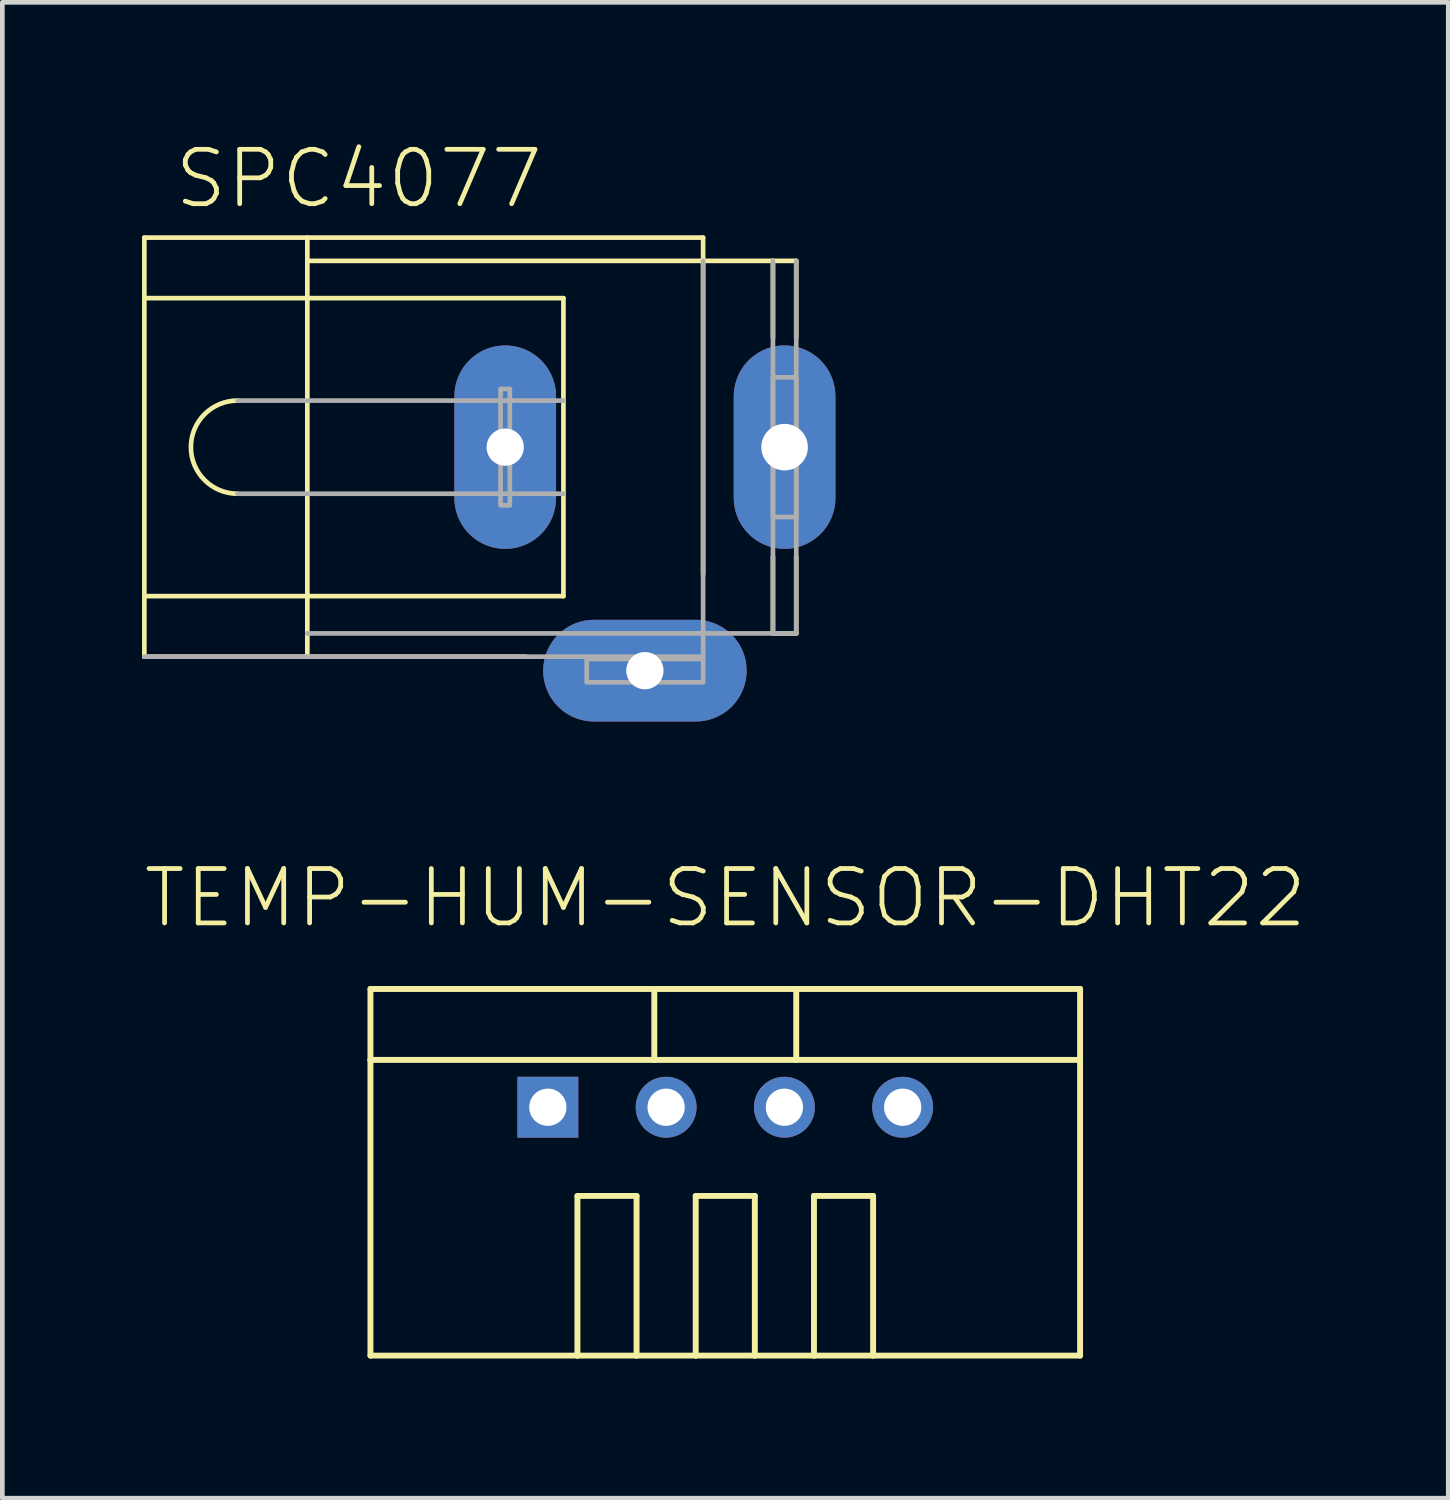
<source format=kicad_pcb>
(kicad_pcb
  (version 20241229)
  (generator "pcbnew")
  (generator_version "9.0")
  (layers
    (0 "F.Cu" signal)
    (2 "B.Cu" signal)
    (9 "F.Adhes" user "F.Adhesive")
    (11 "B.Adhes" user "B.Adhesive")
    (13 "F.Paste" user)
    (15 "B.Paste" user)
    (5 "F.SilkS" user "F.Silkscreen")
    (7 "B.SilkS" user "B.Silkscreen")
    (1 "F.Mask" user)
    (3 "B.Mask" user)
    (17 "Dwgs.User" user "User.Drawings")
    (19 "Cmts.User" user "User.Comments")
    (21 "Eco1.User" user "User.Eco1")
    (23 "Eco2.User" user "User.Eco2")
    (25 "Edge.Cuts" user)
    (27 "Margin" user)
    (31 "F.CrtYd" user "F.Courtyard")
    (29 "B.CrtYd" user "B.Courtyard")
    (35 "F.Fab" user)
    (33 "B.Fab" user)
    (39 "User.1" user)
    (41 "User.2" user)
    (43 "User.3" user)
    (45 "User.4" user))
  (footprint "SPC4077"
    (layer "F.Cu")
    (at 10.8 6.553)
    (property "Reference" "SPC4077" (at -10.16 -5.08 0) (layer "F.SilkS") (effects (font (size 1.168 1.168) (thickness 0.102)) (justify left bottom)))
    (fp_line (start -10.75 -4.5) (end 1.25 -4.5) (stroke (width 0.1) (type solid)) (layer "F.SilkS"))
    (fp_line (start -10.75 -3.2) (end -10.75 -4.5) (stroke (width 0.1) (type solid)) (layer "F.SilkS"))
    (fp_line (start -10.75 -3.2) (end -1.75 -3.2) (stroke (width 0.1) (type solid)) (layer "F.SilkS"))
    (fp_line (start -10.75 3.2) (end -10.75 -3.2) (stroke (width 0.1) (type solid)) (layer "F.SilkS"))
    (fp_line (start -10.75 3.2) (end -1.75 3.2) (stroke (width 0.1) (type solid)) (layer "F.SilkS"))
    (fp_line (start -10.75 4.5) (end -10.75 3.2) (stroke (width 0.1) (type solid)) (layer "F.SilkS"))
    (fp_line (start -10.75 4.5) (end -2.56 4.5) (stroke (width 0.1) (type solid)) (layer "F.SilkS"))
    (fp_line (start -7.25 -4) (end -7.25 -4.5) (stroke (width 0.1) (type solid)) (layer "F.SilkS"))
    (fp_line (start -7.25 -4) (end 1.25 -4) (stroke (width 0.1) (type solid)) (layer "F.SilkS"))
    (fp_line (start -7.25 4.5) (end -7.25 -4) (stroke (width 0.1) (type solid)) (layer "F.SilkS"))
    (fp_line (start -1.75 -1) (end -1.75 -3.2) (stroke (width 0.1) (type solid)) (layer "F.SilkS"))
    (fp_line (start -1.75 1) (end -1.75 -1) (stroke (width 0.1) (type solid)) (layer "F.SilkS"))
    (fp_line (start -1.75 3.2) (end -1.75 1) (stroke (width 0.1) (type solid)) (layer "F.SilkS"))
    (fp_line (start 1.25 -4) (end 1.25 -4.5) (stroke (width 0.1) (type solid)) (layer "F.SilkS"))
    (fp_line (start 1.25 -4) (end 2.75 -4) (stroke (width 0.1) (type solid)) (layer "F.SilkS"))
    (fp_line (start 1.25 2.73) (end 1.25 -4) (stroke (width 0.1) (type solid)) (layer "F.SilkS"))
    (fp_line (start 2.75 -4) (end 3.25 -4) (stroke (width 0.1) (type solid)) (layer "F.SilkS"))
    (fp_line (start 2.75 -2.35) (end 2.75 -4) (stroke (width 0.1) (type solid)) (layer "F.SilkS"))
    (fp_line (start 2.75 4) (end 2.75 2.35) (stroke (width 0.1) (type solid)) (layer "F.SilkS"))
    (fp_line (start 2.75 4) (end 3.25 4) (stroke (width 0.1) (type solid)) (layer "F.SilkS"))
    (fp_line (start 3.25 -2.35) (end 3.25 -4) (stroke (width 0.1) (type solid)) (layer "F.SilkS"))
    (fp_line (start 3.25 4) (end 3.25 2.35) (stroke (width 0.1) (type solid)) (layer "F.SilkS"))
    (fp_arc (start -8.75 1) (mid -9.75 0) (end -8.75 -1) (stroke (width 0.1) (type solid)) (layer "F.SilkS"))
    (fp_line (start -10.75 4.5) (end 1.25 4.5) (stroke (width 0.1) (type solid)) (layer "F.Fab"))
    (fp_line (start -8.75 -1) (end -1.75 -1) (stroke (width 0.1) (type solid)) (layer "F.Fab"))
    (fp_line (start -8.75 1) (end -1.75 1) (stroke (width 0.1) (type solid)) (layer "F.Fab"))
    (fp_line (start -7.25 4) (end 1.25 4) (stroke (width 0.1) (type solid)) (layer "F.Fab"))
    (fp_line (start 1.25 4) (end 1.25 -4) (stroke (width 0.1) (type solid)) (layer "F.Fab"))
    (fp_line (start 1.25 4) (end 2.75 4) (stroke (width 0.1) (type solid)) (layer "F.Fab"))
    (fp_line (start 1.25 4.5) (end 1.25 4) (stroke (width 0.1) (type solid)) (layer "F.Fab"))
    (fp_line (start 2.75 4) (end 2.75 -4) (stroke (width 0.1) (type solid)) (layer "F.Fab"))
    (fp_line (start 2.75 4) (end 3.25 4) (stroke (width 0.1) (type solid)) (layer "F.Fab"))
    (fp_line (start 3.25 4) (end 3.25 -4) (stroke (width 0.1) (type solid)) (layer "F.Fab"))
    (fp_poly (pts (xy -3.1 1.25) (xy -2.9 1.25) (xy -2.9 -1.25) (xy -3.1 -1.25)) (stroke (width 0.1) (type default)) (fill no) (layer "F.Fab"))
    (fp_poly (pts (xy -1.25 5.05) (xy 1.25 5.05) (xy 1.25 4.55) (xy -1.25 4.55)) (stroke (width 0.1) (type default)) (fill no) (layer "F.Fab"))
    (fp_poly (pts (xy 2.75 1.5) (xy 3.25 1.5) (xy 3.25 -1.5) (xy 2.75 -1.5)) (stroke (width 0.1) (type default)) (fill no) (layer "F.Fab"))
    (pad "1" thru_hole oval (at -3 0 90) (size 4.369 2.184) (drill 0.8) (layers "*.Cu" "*.Mask"))
    (pad "2" thru_hole oval (at 0 4.8) (size 4.369 2.184) (drill 0.8) (layers "*.Cu" "*.Mask"))
    (pad "3" thru_hole oval (at 3 0 90) (size 4.369 2.184) (drill 1) (layers "*.Cu" "*.Mask")))
  (footprint "TEMP-HUM-SENSOR-DHT22"
    (layer "F.Cu")
    (at 12.526 20.729)
    (property "Reference" "TEMP-HUM-SENSOR-DHT22" (at 0 -3.81 0) (layer "F.SilkS") (effects (font (size 1.168 1.168) (thickness 0.102)) (justify bottom)))
    (fp_line (start -7.62 -2.54) (end -1.524 -2.54) (stroke (width 0.127) (type solid)) (layer "F.SilkS"))
    (fp_line (start -7.62 -1.016) (end -7.62 -2.54) (stroke (width 0.127) (type solid)) (layer "F.SilkS"))
    (fp_line (start -7.62 -1.016) (end -1.524 -1.016) (stroke (width 0.127) (type solid)) (layer "F.SilkS"))
    (fp_line (start -7.62 5.334) (end -7.62 -1.016) (stroke (width 0.127) (type solid)) (layer "F.SilkS"))
    (fp_line (start -3.175 1.905) (end -1.905 1.905) (stroke (width 0.127) (type solid)) (layer "F.SilkS"))
    (fp_line (start -3.175 5.334) (end -7.62 5.334) (stroke (width 0.127) (type solid)) (layer "F.SilkS"))
    (fp_line (start -3.175 5.334) (end -3.175 1.905) (stroke (width 0.127) (type solid)) (layer "F.SilkS"))
    (fp_line (start -1.905 1.905) (end -1.905 5.334) (stroke (width 0.127) (type solid)) (layer "F.SilkS"))
    (fp_line (start -1.905 5.334) (end -3.175 5.334) (stroke (width 0.127) (type solid)) (layer "F.SilkS"))
    (fp_line (start -1.524 -2.54) (end 1.524 -2.54) (stroke (width 0.127) (type solid)) (layer "F.SilkS"))
    (fp_line (start -1.524 -1.016) (end -1.524 -2.54) (stroke (width 0.127) (type solid)) (layer "F.SilkS"))
    (fp_line (start -1.524 -1.016) (end 1.524 -1.016) (stroke (width 0.127) (type solid)) (layer "F.SilkS"))
    (fp_line (start -0.635 1.905) (end 0.635 1.905) (stroke (width 0.127) (type solid)) (layer "F.SilkS"))
    (fp_line (start -0.635 5.334) (end -1.905 5.334) (stroke (width 0.127) (type solid)) (layer "F.SilkS"))
    (fp_line (start -0.635 5.334) (end -0.635 1.905) (stroke (width 0.127) (type solid)) (layer "F.SilkS"))
    (fp_line (start 0.635 1.905) (end 0.635 5.334) (stroke (width 0.127) (type solid)) (layer "F.SilkS"))
    (fp_line (start 0.635 5.334) (end -0.635 5.334) (stroke (width 0.127) (type solid)) (layer "F.SilkS"))
    (fp_line (start 1.524 -2.54) (end 7.62 -2.54) (stroke (width 0.127) (type solid)) (layer "F.SilkS"))
    (fp_line (start 1.524 -1.016) (end 1.524 -2.54) (stroke (width 0.127) (type solid)) (layer "F.SilkS"))
    (fp_line (start 1.524 -1.016) (end 7.62 -1.016) (stroke (width 0.127) (type solid)) (layer "F.SilkS"))
    (fp_line (start 1.905 1.905) (end 3.175 1.905) (stroke (width 0.127) (type solid)) (layer "F.SilkS"))
    (fp_line (start 1.905 5.334) (end 0.635 5.334) (stroke (width 0.127) (type solid)) (layer "F.SilkS"))
    (fp_line (start 1.905 5.334) (end 1.905 1.905) (stroke (width 0.127) (type solid)) (layer "F.SilkS"))
    (fp_line (start 3.175 1.905) (end 3.175 5.334) (stroke (width 0.127) (type solid)) (layer "F.SilkS"))
    (fp_line (start 3.175 5.334) (end 1.905 5.334) (stroke (width 0.127) (type solid)) (layer "F.SilkS"))
    (fp_line (start 7.62 -2.54) (end 7.62 -1.016) (stroke (width 0.127) (type solid)) (layer "F.SilkS"))
    (fp_line (start 7.62 -1.016) (end 7.62 5.334) (stroke (width 0.127) (type solid)) (layer "F.SilkS"))
    (fp_line (start 7.62 5.334) (end 3.175 5.334) (stroke (width 0.127) (type solid)) (layer "F.SilkS"))
    (pad "1" thru_hole rect (at -3.81 0) (size 1.308 1.308) (drill 0.8) (layers "*.Cu" "*.Mask"))
    (pad "2" thru_hole circle (at -1.27 0) (size 1.308 1.308) (drill 0.8) (layers "*.Cu" "*.Mask"))
    (pad "3" thru_hole circle (at 1.27 0) (size 1.308 1.308) (drill 0.8) (layers "*.Cu" "*.Mask"))
    (pad "4" thru_hole circle (at 3.81 0) (size 1.308 1.308) (drill 0.8) (layers "*.Cu" "*.Mask")))
  (gr_rect
    (start -3 -3)
    (end 28.053 29.126)
    (stroke (width 0.1) (type default))
    (fill no)
    (layer "Edge.Cuts")))
</source>
